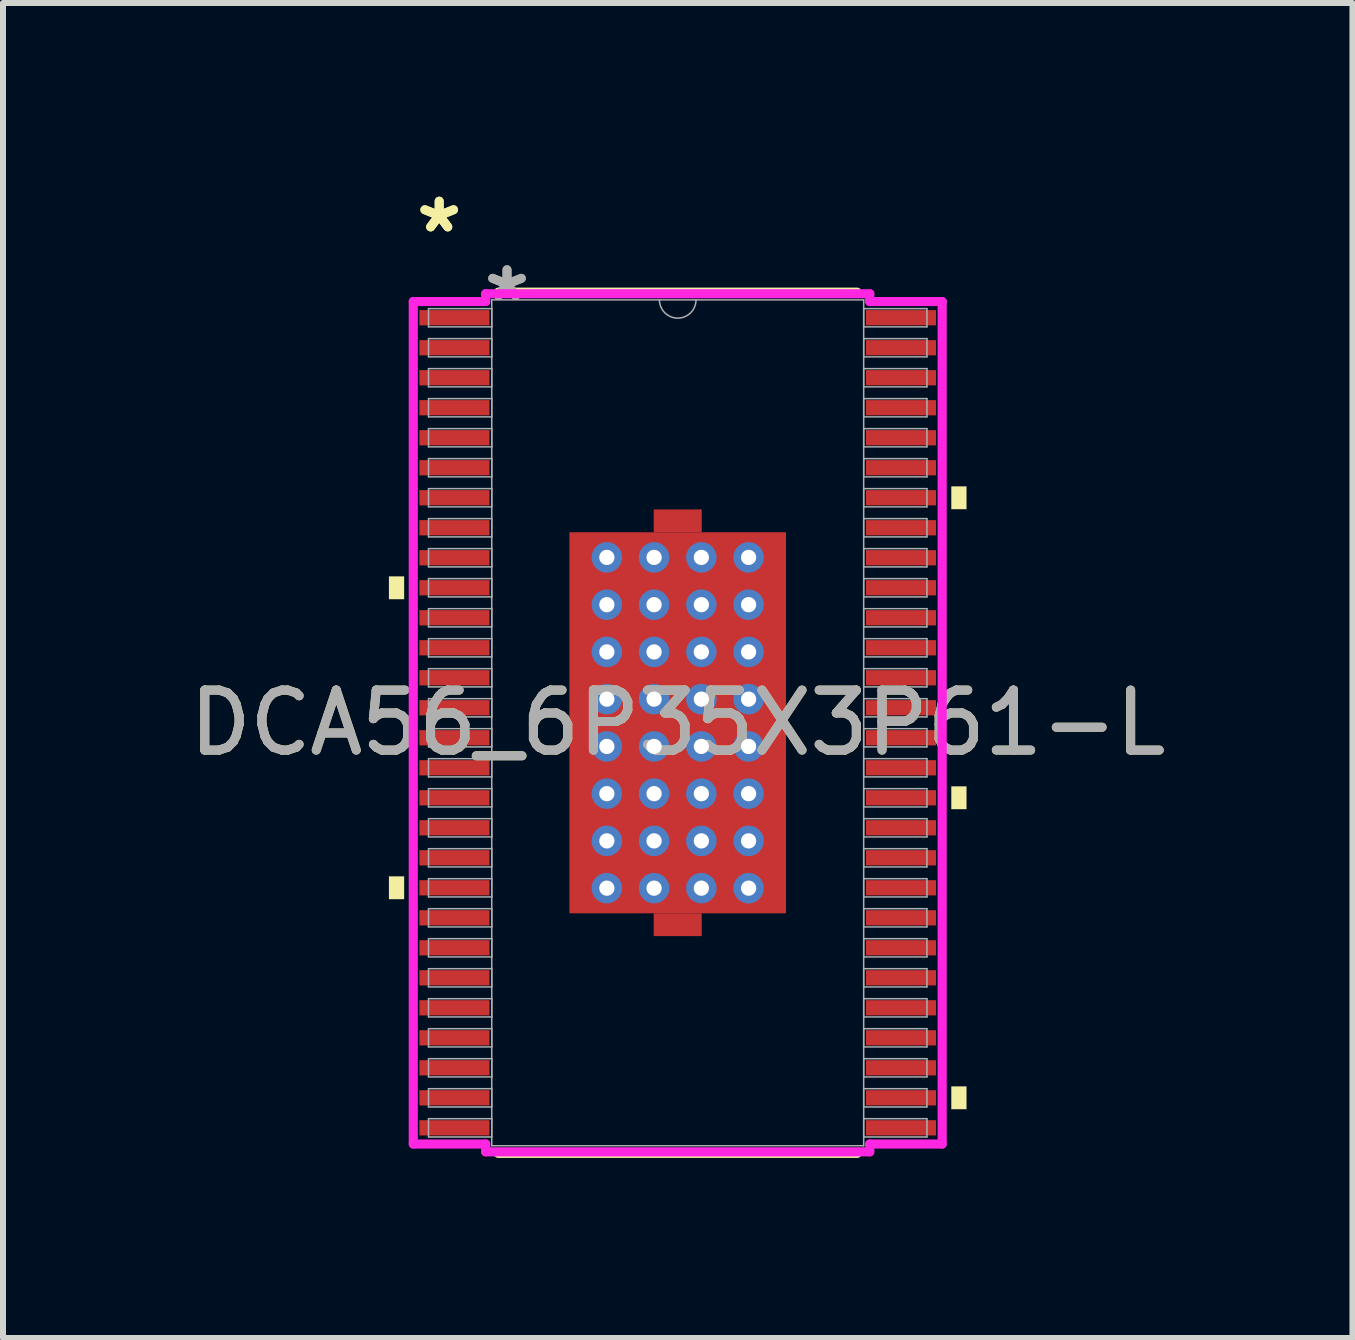
<source format=kicad_pcb>
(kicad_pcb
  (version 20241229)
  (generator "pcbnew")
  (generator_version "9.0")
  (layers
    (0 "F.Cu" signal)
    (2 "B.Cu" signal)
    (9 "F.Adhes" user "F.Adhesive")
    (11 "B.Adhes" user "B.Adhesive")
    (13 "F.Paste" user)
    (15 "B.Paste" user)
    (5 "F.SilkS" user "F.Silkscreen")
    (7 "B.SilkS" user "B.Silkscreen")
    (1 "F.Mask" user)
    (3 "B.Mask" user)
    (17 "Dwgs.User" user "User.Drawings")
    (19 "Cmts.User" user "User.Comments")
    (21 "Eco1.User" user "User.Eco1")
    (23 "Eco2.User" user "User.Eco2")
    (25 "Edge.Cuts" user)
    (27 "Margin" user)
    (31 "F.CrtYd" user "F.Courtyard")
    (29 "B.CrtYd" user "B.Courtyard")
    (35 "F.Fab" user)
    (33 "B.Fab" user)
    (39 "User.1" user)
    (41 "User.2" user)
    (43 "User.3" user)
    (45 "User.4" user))
  (footprint "DCA56_6P35X3P61-L"
    (layer "F.Cu")
    (at 8.244 8.995)
    (property "Reference" "DCA56_6P35X3P61-L" (at 0 0 0) (unlocked yes) (layer "F.SilkS") (effects (font (size 1 1) (thickness 0.15))))
    (attr smd)
    (fp_poly (pts (xy -0.4 -3.175) (xy -0.4 -3.555) (xy 0.4 -3.555) (xy 0.4 -3.175)) (stroke (width 0) (type solid)) (fill yes) (layer "F.Cu"))
    (fp_poly (pts (xy -0.4 3.175) (xy -0.4 3.555) (xy 0.4 3.555) (xy 0.4 3.175)) (stroke (width 0) (type solid)) (fill yes) (layer "F.Cu"))
    (fp_poly (pts (xy -1.869 -3.239) (xy -1.381 -3.239) (xy -1.381 3.239) (xy -1.869 3.239)) (stroke (width 0) (type solid)) (fill yes) (layer "F.Mask"))
    (fp_poly (pts (xy -1.869 -3.239) (xy 1.869 -3.239) (xy 1.869 -2.956) (xy -1.869 -2.956)) (stroke (width 0) (type solid)) (fill yes) (layer "F.Mask"))
    (fp_poly (pts (xy -1.869 -2.556) (xy 1.869 -2.556) (xy 1.869 -2.168) (xy -1.869 -2.168)) (stroke (width 0) (type solid)) (fill yes) (layer "F.Mask"))
    (fp_poly (pts (xy -1.869 -1.768) (xy 1.869 -1.768) (xy 1.869 -1.381) (xy -1.869 -1.381)) (stroke (width 0) (type solid)) (fill yes) (layer "F.Mask"))
    (fp_poly (pts (xy -1.869 -0.981) (xy 1.869 -0.981) (xy 1.869 -0.594) (xy -1.869 -0.594)) (stroke (width 0) (type solid)) (fill yes) (layer "F.Mask"))
    (fp_poly (pts (xy -1.869 -0.194) (xy 1.869 -0.194) (xy 1.869 0.194) (xy -1.869 0.194)) (stroke (width 0) (type solid)) (fill yes) (layer "F.Mask"))
    (fp_poly (pts (xy -1.869 0.594) (xy 1.869 0.594) (xy 1.869 0.981) (xy -1.869 0.981)) (stroke (width 0) (type solid)) (fill yes) (layer "F.Mask"))
    (fp_poly (pts (xy -1.869 1.381) (xy 1.869 1.381) (xy 1.869 1.768) (xy -1.869 1.768)) (stroke (width 0) (type solid)) (fill yes) (layer "F.Mask"))
    (fp_poly (pts (xy -1.869 2.168) (xy 1.869 2.168) (xy 1.869 2.556) (xy -1.869 2.556)) (stroke (width 0) (type solid)) (fill yes) (layer "F.Mask"))
    (fp_poly (pts (xy -1.869 2.956) (xy 1.869 2.956) (xy 1.869 3.239) (xy -1.869 3.239)) (stroke (width 0) (type solid)) (fill yes) (layer "F.Mask"))
    (fp_poly (pts (xy -0.594 -3.239) (xy -0.981 -3.239) (xy -0.981 3.239) (xy -0.594 3.239)) (stroke (width 0) (type solid)) (fill yes) (layer "F.Mask"))
    (fp_poly (pts (xy -0.4 -3.175) (xy -0.4 -3.555) (xy 0.4 -3.555) (xy 0.4 -3.175)) (stroke (width 0) (type solid)) (fill yes) (layer "F.Mask"))
    (fp_poly (pts (xy -0.4 3.175) (xy -0.4 3.555) (xy 0.4 3.555) (xy 0.4 3.175)) (stroke (width 0) (type solid)) (fill yes) (layer "F.Mask"))
    (fp_poly (pts (xy 0.194 -3.239) (xy -0.194 -3.239) (xy -0.194 3.239) (xy 0.194 3.239)) (stroke (width 0) (type solid)) (fill yes) (layer "F.Mask"))
    (fp_poly (pts (xy 0.981 -3.239) (xy 0.594 -3.239) (xy 0.594 3.239) (xy 0.981 3.239)) (stroke (width 0) (type solid)) (fill yes) (layer "F.Mask"))
    (fp_poly (pts (xy 1.381 -3.239) (xy 1.869 -3.239) (xy 1.869 3.239) (xy 1.381 3.239)) (stroke (width 0) (type solid)) (fill yes) (layer "F.Mask"))
    (fp_line (start -2.99 7.176) (end 2.99 7.176) (stroke (width 0.152) (type solid)) (layer "F.SilkS"))
    (fp_line (start 2.99 -7.176) (end -2.99 -7.176) (stroke (width 0.152) (type solid)) (layer "F.SilkS"))
    (fp_poly (pts (xy -4.813 -2.44) (xy -4.813 -2.059) (xy -4.559 -2.059) (xy -4.559 -2.44)) (stroke (width 0) (type solid)) (fill yes) (layer "F.SilkS"))
    (fp_poly (pts (xy -4.813 2.559) (xy -4.813 2.94) (xy -4.559 2.94) (xy -4.559 2.559)) (stroke (width 0) (type solid)) (fill yes) (layer "F.SilkS"))
    (fp_poly (pts (xy 4.813 -3.94) (xy 4.813 -3.559) (xy 4.559 -3.559) (xy 4.559 -3.94)) (stroke (width 0) (type solid)) (fill yes) (layer "F.SilkS"))
    (fp_poly (pts (xy 4.813 1.059) (xy 4.813 1.44) (xy 4.559 1.44) (xy 4.559 1.059)) (stroke (width 0) (type solid)) (fill yes) (layer "F.SilkS"))
    (fp_poly (pts (xy 4.813 6.059) (xy 4.813 6.44) (xy 4.559 6.44) (xy 4.559 6.059)) (stroke (width 0) (type solid)) (fill yes) (layer "F.SilkS"))
    (fp_poly (pts (xy -1.73 -3.1) (xy -1.73 -2.856) (xy -1.423 -2.856) (xy -1.281 -2.997) (xy -1.281 -3.1)) (stroke (width 0) (type solid)) (fill yes) (layer "F.Paste"))
    (fp_poly (pts (xy -1.73 2.856) (xy -1.73 3.1) (xy -1.281 3.1) (xy -1.281 2.997) (xy -1.423 2.856)) (stroke (width 0) (type solid)) (fill yes) (layer "F.Paste"))
    (fp_poly (pts (xy 1.281 -3.1) (xy 1.281 -2.997) (xy 1.423 -2.856) (xy 1.73 -2.856) (xy 1.73 -3.1)) (stroke (width 0) (type solid)) (fill yes) (layer "F.Paste"))
    (fp_poly (pts (xy 1.423 2.856) (xy 1.281 2.997) (xy 1.281 3.1) (xy 1.73 3.1) (xy 1.73 2.856)) (stroke (width 0) (type solid)) (fill yes) (layer "F.Paste"))
    (fp_poly (pts (xy -1.73 -2.656) (xy -1.73 -2.068) (xy -1.423 -2.068) (xy -1.281 -2.21) (xy -1.281 -2.514) (xy -1.423 -2.656)) (stroke (width 0) (type solid)) (fill yes) (layer "F.Paste"))
    (fp_poly (pts (xy -1.73 -1.869) (xy -1.73 -1.281) (xy -1.423 -1.281) (xy -1.281 -1.423) (xy -1.281 -1.727) (xy -1.423 -1.869)) (stroke (width 0) (type solid)) (fill yes) (layer "F.Paste"))
    (fp_poly (pts (xy -1.73 -1.081) (xy -1.73 -0.494) (xy -1.423 -0.494) (xy -1.281 -0.635) (xy -1.281 -0.94) (xy -1.423 -1.081)) (stroke (width 0) (type solid)) (fill yes) (layer "F.Paste"))
    (fp_poly (pts (xy -1.73 -0.294) (xy -1.73 0.294) (xy -1.423 0.294) (xy -1.281 0.152) (xy -1.281 -0.152) (xy -1.423 -0.294)) (stroke (width 0) (type solid)) (fill yes) (layer "F.Paste"))
    (fp_poly (pts (xy -1.73 0.494) (xy -1.73 1.081) (xy -1.423 1.081) (xy -1.281 0.94) (xy -1.281 0.635) (xy -1.423 0.494)) (stroke (width 0) (type solid)) (fill yes) (layer "F.Paste"))
    (fp_poly (pts (xy -1.73 1.281) (xy -1.73 1.869) (xy -1.423 1.869) (xy -1.281 1.727) (xy -1.281 1.423) (xy -1.423 1.281)) (stroke (width 0) (type solid)) (fill yes) (layer "F.Paste"))
    (fp_poly (pts (xy -1.73 2.068) (xy -1.73 2.656) (xy -1.423 2.656) (xy -1.281 2.514) (xy -1.281 2.21) (xy -1.423 2.068)) (stroke (width 0) (type solid)) (fill yes) (layer "F.Paste"))
    (fp_poly (pts (xy -1.081 -3.1) (xy -1.081 -2.997) (xy -0.94 -2.856) (xy -0.635 -2.856) (xy -0.494 -2.997) (xy -0.494 -3.1)) (stroke (width 0) (type solid)) (fill yes) (layer "F.Paste"))
    (fp_poly (pts (xy -0.94 2.856) (xy -1.081 2.997) (xy -1.081 3.1) (xy -0.494 3.1) (xy -0.494 2.997) (xy -0.635 2.856)) (stroke (width 0) (type solid)) (fill yes) (layer "F.Paste"))
    (fp_poly (pts (xy -0.294 -3.1) (xy -0.294 -2.997) (xy -0.152 -2.856) (xy 0.152 -2.856) (xy 0.294 -2.997) (xy 0.294 -3.1)) (stroke (width 0) (type solid)) (fill yes) (layer "F.Paste"))
    (fp_poly (pts (xy -0.152 2.856) (xy -0.294 2.997) (xy -0.294 3.1) (xy 0.294 3.1) (xy 0.294 2.997) (xy 0.152 2.856)) (stroke (width 0) (type solid)) (fill yes) (layer "F.Paste"))
    (fp_poly (pts (xy 0.494 -3.1) (xy 0.494 -2.997) (xy 0.635 -2.856) (xy 0.94 -2.856) (xy 1.081 -2.997) (xy 1.081 -3.1)) (stroke (width 0) (type solid)) (fill yes) (layer "F.Paste"))
    (fp_poly (pts (xy 0.635 2.856) (xy 0.494 2.997) (xy 0.494 3.1) (xy 1.081 3.1) (xy 1.081 2.997) (xy 0.94 2.856)) (stroke (width 0) (type solid)) (fill yes) (layer "F.Paste"))
    (fp_poly (pts (xy 1.423 -2.656) (xy 1.281 -2.514) (xy 1.281 -2.21) (xy 1.423 -2.068) (xy 1.73 -2.068) (xy 1.73 -2.656)) (stroke (width 0) (type solid)) (fill yes) (layer "F.Paste"))
    (fp_poly (pts (xy 1.423 -1.869) (xy 1.281 -1.727) (xy 1.281 -1.423) (xy 1.423 -1.281) (xy 1.73 -1.281) (xy 1.73 -1.869)) (stroke (width 0) (type solid)) (fill yes) (layer "F.Paste"))
    (fp_poly (pts (xy 1.423 -1.081) (xy 1.281 -0.94) (xy 1.281 -0.635) (xy 1.423 -0.494) (xy 1.73 -0.494) (xy 1.73 -1.081)) (stroke (width 0) (type solid)) (fill yes) (layer "F.Paste"))
    (fp_poly (pts (xy 1.423 -0.294) (xy 1.281 -0.152) (xy 1.281 0.152) (xy 1.423 0.294) (xy 1.73 0.294) (xy 1.73 -0.294)) (stroke (width 0) (type solid)) (fill yes) (layer "F.Paste"))
    (fp_poly (pts (xy 1.423 0.494) (xy 1.281 0.635) (xy 1.281 0.94) (xy 1.423 1.081) (xy 1.73 1.081) (xy 1.73 0.494)) (stroke (width 0) (type solid)) (fill yes) (layer "F.Paste"))
    (fp_poly (pts (xy 1.423 1.281) (xy 1.281 1.423) (xy 1.281 1.727) (xy 1.423 1.869) (xy 1.73 1.869) (xy 1.73 1.281)) (stroke (width 0) (type solid)) (fill yes) (layer "F.Paste"))
    (fp_poly (pts (xy 1.423 2.068) (xy 1.281 2.21) (xy 1.281 2.514) (xy 1.423 2.656) (xy 1.73 2.656) (xy 1.73 2.068)) (stroke (width 0) (type solid)) (fill yes) (layer "F.Paste"))
    (fp_poly (pts (xy -0.94 -2.656) (xy -1.081 -2.514) (xy -1.081 -2.21) (xy -0.94 -2.068) (xy -0.635 -2.068) (xy -0.494 -2.21) (xy -0.494 -2.514) (xy -0.635 -2.656)) (stroke (width 0) (type solid)) (fill yes) (layer "F.Paste"))
    (fp_poly (pts (xy -0.94 -1.869) (xy -1.081 -1.727) (xy -1.081 -1.423) (xy -0.94 -1.281) (xy -0.635 -1.281) (xy -0.494 -1.423) (xy -0.494 -1.727) (xy -0.635 -1.869)) (stroke (width 0) (type solid)) (fill yes) (layer "F.Paste"))
    (fp_poly (pts (xy -0.94 -1.081) (xy -1.081 -0.94) (xy -1.081 -0.635) (xy -0.94 -0.494) (xy -0.635 -0.494) (xy -0.494 -0.635) (xy -0.494 -0.94) (xy -0.635 -1.081)) (stroke (width 0) (type solid)) (fill yes) (layer "F.Paste"))
    (fp_poly (pts (xy -0.94 -0.294) (xy -1.081 -0.152) (xy -1.081 0.152) (xy -0.94 0.294) (xy -0.635 0.294) (xy -0.494 0.152) (xy -0.494 -0.152) (xy -0.635 -0.294)) (stroke (width 0) (type solid)) (fill yes) (layer "F.Paste"))
    (fp_poly (pts (xy -0.94 0.494) (xy -1.081 0.635) (xy -1.081 0.94) (xy -0.94 1.081) (xy -0.635 1.081) (xy -0.494 0.94) (xy -0.494 0.635) (xy -0.635 0.494)) (stroke (width 0) (type solid)) (fill yes) (layer "F.Paste"))
    (fp_poly (pts (xy -0.94 1.281) (xy -1.081 1.423) (xy -1.081 1.727) (xy -0.94 1.869) (xy -0.635 1.869) (xy -0.494 1.727) (xy -0.494 1.423) (xy -0.635 1.281)) (stroke (width 0) (type solid)) (fill yes) (layer "F.Paste"))
    (fp_poly (pts (xy -0.94 2.068) (xy -1.081 2.21) (xy -1.081 2.514) (xy -0.94 2.656) (xy -0.635 2.656) (xy -0.494 2.514) (xy -0.494 2.21) (xy -0.635 2.068)) (stroke (width 0) (type solid)) (fill yes) (layer "F.Paste"))
    (fp_poly (pts (xy -0.152 -2.656) (xy -0.294 -2.514) (xy -0.294 -2.21) (xy -0.152 -2.068) (xy 0.152 -2.068) (xy 0.294 -2.21) (xy 0.294 -2.514) (xy 0.152 -2.656)) (stroke (width 0) (type solid)) (fill yes) (layer "F.Paste"))
    (fp_poly (pts (xy -0.152 -1.869) (xy -0.294 -1.727) (xy -0.294 -1.423) (xy -0.152 -1.281) (xy 0.152 -1.281) (xy 0.294 -1.423) (xy 0.294 -1.727) (xy 0.152 -1.869)) (stroke (width 0) (type solid)) (fill yes) (layer "F.Paste"))
    (fp_poly (pts (xy -0.152 -1.081) (xy -0.294 -0.94) (xy -0.294 -0.635) (xy -0.152 -0.494) (xy 0.152 -0.494) (xy 0.294 -0.635) (xy 0.294 -0.94) (xy 0.152 -1.081)) (stroke (width 0) (type solid)) (fill yes) (layer "F.Paste"))
    (fp_poly (pts (xy -0.152 -0.294) (xy -0.294 -0.152) (xy -0.294 0.152) (xy -0.152 0.294) (xy 0.152 0.294) (xy 0.294 0.152) (xy 0.294 -0.152) (xy 0.152 -0.294)) (stroke (width 0) (type solid)) (fill yes) (layer "F.Paste"))
    (fp_poly (pts (xy -0.152 0.494) (xy -0.294 0.635) (xy -0.294 0.94) (xy -0.152 1.081) (xy 0.152 1.081) (xy 0.294 0.94) (xy 0.294 0.635) (xy 0.152 0.494)) (stroke (width 0) (type solid)) (fill yes) (layer "F.Paste"))
    (fp_poly (pts (xy -0.152 1.281) (xy -0.294 1.423) (xy -0.294 1.727) (xy -0.152 1.869) (xy 0.152 1.869) (xy 0.294 1.727) (xy 0.294 1.423) (xy 0.152 1.281)) (stroke (width 0) (type solid)) (fill yes) (layer "F.Paste"))
    (fp_poly (pts (xy -0.152 2.068) (xy -0.294 2.21) (xy -0.294 2.514) (xy -0.152 2.656) (xy 0.152 2.656) (xy 0.294 2.514) (xy 0.294 2.21) (xy 0.152 2.068)) (stroke (width 0) (type solid)) (fill yes) (layer "F.Paste"))
    (fp_poly (pts (xy 0.635 -2.656) (xy 0.494 -2.514) (xy 0.494 -2.21) (xy 0.635 -2.068) (xy 0.94 -2.068) (xy 1.081 -2.21) (xy 1.081 -2.514) (xy 0.94 -2.656)) (stroke (width 0) (type solid)) (fill yes) (layer "F.Paste"))
    (fp_poly (pts (xy 0.635 -1.869) (xy 0.494 -1.727) (xy 0.494 -1.423) (xy 0.635 -1.281) (xy 0.94 -1.281) (xy 1.081 -1.423) (xy 1.081 -1.727) (xy 0.94 -1.869)) (stroke (width 0) (type solid)) (fill yes) (layer "F.Paste"))
    (fp_poly (pts (xy 0.635 -1.081) (xy 0.494 -0.94) (xy 0.494 -0.635) (xy 0.635 -0.494) (xy 0.94 -0.494) (xy 1.081 -0.635) (xy 1.081 -0.94) (xy 0.94 -1.081)) (stroke (width 0) (type solid)) (fill yes) (layer "F.Paste"))
    (fp_poly (pts (xy 0.635 -0.294) (xy 0.494 -0.152) (xy 0.494 0.152) (xy 0.635 0.294) (xy 0.94 0.294) (xy 1.081 0.152) (xy 1.081 -0.152) (xy 0.94 -0.294)) (stroke (width 0) (type solid)) (fill yes) (layer "F.Paste"))
    (fp_poly (pts (xy 0.635 0.494) (xy 0.494 0.635) (xy 0.494 0.94) (xy 0.635 1.081) (xy 0.94 1.081) (xy 1.081 0.94) (xy 1.081 0.635) (xy 0.94 0.494)) (stroke (width 0) (type solid)) (fill yes) (layer "F.Paste"))
    (fp_poly (pts (xy 0.635 1.281) (xy 0.494 1.423) (xy 0.494 1.727) (xy 0.635 1.869) (xy 0.94 1.869) (xy 1.081 1.727) (xy 1.081 1.423) (xy 0.94 1.281)) (stroke (width 0) (type solid)) (fill yes) (layer "F.Paste"))
    (fp_poly (pts (xy 0.635 2.068) (xy 0.494 2.21) (xy 0.494 2.514) (xy 0.635 2.656) (xy 0.94 2.656) (xy 1.081 2.514) (xy 1.081 2.21) (xy 0.94 2.068)) (stroke (width 0) (type solid)) (fill yes) (layer "F.Paste"))
    (fp_line (start -4.407 -7.02) (end -3.2 -7.02) (stroke (width 0.152) (type solid)) (layer "F.CrtYd"))
    (fp_line (start -4.407 7.02) (end -4.407 -7.02) (stroke (width 0.152) (type solid)) (layer "F.CrtYd"))
    (fp_line (start -4.407 7.02) (end -3.2 7.02) (stroke (width 0.152) (type solid)) (layer "F.CrtYd"))
    (fp_line (start -3.2 -7.15) (end 3.2 -7.15) (stroke (width 0.152) (type solid)) (layer "F.CrtYd"))
    (fp_line (start -3.2 -7.02) (end -3.2 -7.15) (stroke (width 0.152) (type solid)) (layer "F.CrtYd"))
    (fp_line (start -3.2 7.15) (end -3.2 7.02) (stroke (width 0.152) (type solid)) (layer "F.CrtYd"))
    (fp_line (start 3.2 -7.15) (end 3.2 -7.02) (stroke (width 0.152) (type solid)) (layer "F.CrtYd"))
    (fp_line (start 3.2 7.02) (end 3.2 7.15) (stroke (width 0.152) (type solid)) (layer "F.CrtYd"))
    (fp_line (start 3.2 7.15) (end -3.2 7.15) (stroke (width 0.152) (type solid)) (layer "F.CrtYd"))
    (fp_line (start 4.407 -7.02) (end 3.2 -7.02) (stroke (width 0.152) (type solid)) (layer "F.CrtYd"))
    (fp_line (start 4.407 -7.02) (end 4.407 7.02) (stroke (width 0.152) (type solid)) (layer "F.CrtYd"))
    (fp_line (start 4.407 7.02) (end 3.2 7.02) (stroke (width 0.152) (type solid)) (layer "F.CrtYd"))
    (fp_line (start -4.153 -6.902) (end -4.153 -6.598) (stroke (width 0.025) (type solid)) (layer "F.Fab"))
    (fp_line (start -4.153 -6.598) (end -3.099 -6.598) (stroke (width 0.025) (type solid)) (layer "F.Fab"))
    (fp_line (start -4.153 -6.402) (end -4.153 -6.098) (stroke (width 0.025) (type solid)) (layer "F.Fab"))
    (fp_line (start -4.153 -6.098) (end -3.099 -6.098) (stroke (width 0.025) (type solid)) (layer "F.Fab"))
    (fp_line (start -4.153 -5.902) (end -4.153 -5.598) (stroke (width 0.025) (type solid)) (layer "F.Fab"))
    (fp_line (start -4.153 -5.598) (end -3.099 -5.598) (stroke (width 0.025) (type solid)) (layer "F.Fab"))
    (fp_line (start -4.153 -5.402) (end -4.153 -5.098) (stroke (width 0.025) (type solid)) (layer "F.Fab"))
    (fp_line (start -4.153 -5.098) (end -3.099 -5.098) (stroke (width 0.025) (type solid)) (layer "F.Fab"))
    (fp_line (start -4.153 -4.902) (end -4.153 -4.598) (stroke (width 0.025) (type solid)) (layer "F.Fab"))
    (fp_line (start -4.153 -4.598) (end -3.099 -4.598) (stroke (width 0.025) (type solid)) (layer "F.Fab"))
    (fp_line (start -4.153 -4.402) (end -4.153 -4.098) (stroke (width 0.025) (type solid)) (layer "F.Fab"))
    (fp_line (start -4.153 -4.098) (end -3.099 -4.098) (stroke (width 0.025) (type solid)) (layer "F.Fab"))
    (fp_line (start -4.153 -3.902) (end -4.153 -3.598) (stroke (width 0.025) (type solid)) (layer "F.Fab"))
    (fp_line (start -4.153 -3.598) (end -3.099 -3.598) (stroke (width 0.025) (type solid)) (layer "F.Fab"))
    (fp_line (start -4.153 -3.402) (end -4.153 -3.098) (stroke (width 0.025) (type solid)) (layer "F.Fab"))
    (fp_line (start -4.153 -3.098) (end -3.099 -3.098) (stroke (width 0.025) (type solid)) (layer "F.Fab"))
    (fp_line (start -4.153 -2.902) (end -4.153 -2.598) (stroke (width 0.025) (type solid)) (layer "F.Fab"))
    (fp_line (start -4.153 -2.598) (end -3.099 -2.598) (stroke (width 0.025) (type solid)) (layer "F.Fab"))
    (fp_line (start -4.153 -2.402) (end -4.153 -2.098) (stroke (width 0.025) (type solid)) (layer "F.Fab"))
    (fp_line (start -4.153 -2.098) (end -3.099 -2.098) (stroke (width 0.025) (type solid)) (layer "F.Fab"))
    (fp_line (start -4.153 -1.902) (end -4.153 -1.598) (stroke (width 0.025) (type solid)) (layer "F.Fab"))
    (fp_line (start -4.153 -1.598) (end -3.099 -1.598) (stroke (width 0.025) (type solid)) (layer "F.Fab"))
    (fp_line (start -4.153 -1.402) (end -4.153 -1.098) (stroke (width 0.025) (type solid)) (layer "F.Fab"))
    (fp_line (start -4.153 -1.098) (end -3.099 -1.098) (stroke (width 0.025) (type solid)) (layer "F.Fab"))
    (fp_line (start -4.153 -0.902) (end -4.153 -0.598) (stroke (width 0.025) (type solid)) (layer "F.Fab"))
    (fp_line (start -4.153 -0.598) (end -3.099 -0.598) (stroke (width 0.025) (type solid)) (layer "F.Fab"))
    (fp_line (start -4.153 -0.402) (end -4.153 -0.098) (stroke (width 0.025) (type solid)) (layer "F.Fab"))
    (fp_line (start -4.153 -0.098) (end -3.099 -0.098) (stroke (width 0.025) (type solid)) (layer "F.Fab"))
    (fp_line (start -4.153 0.098) (end -4.153 0.402) (stroke (width 0.025) (type solid)) (layer "F.Fab"))
    (fp_line (start -4.153 0.402) (end -3.099 0.402) (stroke (width 0.025) (type solid)) (layer "F.Fab"))
    (fp_line (start -4.153 0.598) (end -4.153 0.902) (stroke (width 0.025) (type solid)) (layer "F.Fab"))
    (fp_line (start -4.153 0.902) (end -3.099 0.902) (stroke (width 0.025) (type solid)) (layer "F.Fab"))
    (fp_line (start -4.153 1.098) (end -4.153 1.402) (stroke (width 0.025) (type solid)) (layer "F.Fab"))
    (fp_line (start -4.153 1.402) (end -3.099 1.402) (stroke (width 0.025) (type solid)) (layer "F.Fab"))
    (fp_line (start -4.153 1.598) (end -4.153 1.902) (stroke (width 0.025) (type solid)) (layer "F.Fab"))
    (fp_line (start -4.153 1.902) (end -3.099 1.902) (stroke (width 0.025) (type solid)) (layer "F.Fab"))
    (fp_line (start -4.153 2.098) (end -4.153 2.402) (stroke (width 0.025) (type solid)) (layer "F.Fab"))
    (fp_line (start -4.153 2.402) (end -3.099 2.402) (stroke (width 0.025) (type solid)) (layer "F.Fab"))
    (fp_line (start -4.153 2.598) (end -4.153 2.902) (stroke (width 0.025) (type solid)) (layer "F.Fab"))
    (fp_line (start -4.153 2.902) (end -3.099 2.902) (stroke (width 0.025) (type solid)) (layer "F.Fab"))
    (fp_line (start -4.153 3.098) (end -4.153 3.402) (stroke (width 0.025) (type solid)) (layer "F.Fab"))
    (fp_line (start -4.153 3.402) (end -3.099 3.402) (stroke (width 0.025) (type solid)) (layer "F.Fab"))
    (fp_line (start -4.153 3.598) (end -4.153 3.902) (stroke (width 0.025) (type solid)) (layer "F.Fab"))
    (fp_line (start -4.153 3.902) (end -3.099 3.902) (stroke (width 0.025) (type solid)) (layer "F.Fab"))
    (fp_line (start -4.153 4.098) (end -4.153 4.402) (stroke (width 0.025) (type solid)) (layer "F.Fab"))
    (fp_line (start -4.153 4.402) (end -3.099 4.402) (stroke (width 0.025) (type solid)) (layer "F.Fab"))
    (fp_line (start -4.153 4.598) (end -4.153 4.902) (stroke (width 0.025) (type solid)) (layer "F.Fab"))
    (fp_line (start -4.153 4.902) (end -3.099 4.902) (stroke (width 0.025) (type solid)) (layer "F.Fab"))
    (fp_line (start -4.153 5.098) (end -4.153 5.402) (stroke (width 0.025) (type solid)) (layer "F.Fab"))
    (fp_line (start -4.153 5.402) (end -3.099 5.402) (stroke (width 0.025) (type solid)) (layer "F.Fab"))
    (fp_line (start -4.153 5.598) (end -4.153 5.902) (stroke (width 0.025) (type solid)) (layer "F.Fab"))
    (fp_line (start -4.153 5.902) (end -3.099 5.902) (stroke (width 0.025) (type solid)) (layer "F.Fab"))
    (fp_line (start -4.153 6.098) (end -4.153 6.402) (stroke (width 0.025) (type solid)) (layer "F.Fab"))
    (fp_line (start -4.153 6.402) (end -3.099 6.402) (stroke (width 0.025) (type solid)) (layer "F.Fab"))
    (fp_line (start -4.153 6.598) (end -4.153 6.902) (stroke (width 0.025) (type solid)) (layer "F.Fab"))
    (fp_line (start -4.153 6.902) (end -3.099 6.902) (stroke (width 0.025) (type solid)) (layer "F.Fab"))
    (fp_line (start -3.099 -7.048) (end -3.099 7.048) (stroke (width 0.025) (type solid)) (layer "F.Fab"))
    (fp_line (start -3.099 -6.902) (end -4.153 -6.902) (stroke (width 0.025) (type solid)) (layer "F.Fab"))
    (fp_line (start -3.099 -6.598) (end -3.099 -6.902) (stroke (width 0.025) (type solid)) (layer "F.Fab"))
    (fp_line (start -3.099 -6.402) (end -4.153 -6.402) (stroke (width 0.025) (type solid)) (layer "F.Fab"))
    (fp_line (start -3.099 -6.098) (end -3.099 -6.402) (stroke (width 0.025) (type solid)) (layer "F.Fab"))
    (fp_line (start -3.099 -5.902) (end -4.153 -5.902) (stroke (width 0.025) (type solid)) (layer "F.Fab"))
    (fp_line (start -3.099 -5.598) (end -3.099 -5.902) (stroke (width 0.025) (type solid)) (layer "F.Fab"))
    (fp_line (start -3.099 -5.402) (end -4.153 -5.402) (stroke (width 0.025) (type solid)) (layer "F.Fab"))
    (fp_line (start -3.099 -5.098) (end -3.099 -5.402) (stroke (width 0.025) (type solid)) (layer "F.Fab"))
    (fp_line (start -3.099 -4.902) (end -4.153 -4.902) (stroke (width 0.025) (type solid)) (layer "F.Fab"))
    (fp_line (start -3.099 -4.598) (end -3.099 -4.902) (stroke (width 0.025) (type solid)) (layer "F.Fab"))
    (fp_line (start -3.099 -4.402) (end -4.153 -4.402) (stroke (width 0.025) (type solid)) (layer "F.Fab"))
    (fp_line (start -3.099 -4.098) (end -3.099 -4.402) (stroke (width 0.025) (type solid)) (layer "F.Fab"))
    (fp_line (start -3.099 -3.902) (end -4.153 -3.902) (stroke (width 0.025) (type solid)) (layer "F.Fab"))
    (fp_line (start -3.099 -3.598) (end -3.099 -3.902) (stroke (width 0.025) (type solid)) (layer "F.Fab"))
    (fp_line (start -3.099 -3.402) (end -4.153 -3.402) (stroke (width 0.025) (type solid)) (layer "F.Fab"))
    (fp_line (start -3.099 -3.098) (end -3.099 -3.402) (stroke (width 0.025) (type solid)) (layer "F.Fab"))
    (fp_line (start -3.099 -2.902) (end -4.153 -2.902) (stroke (width 0.025) (type solid)) (layer "F.Fab"))
    (fp_line (start -3.099 -2.598) (end -3.099 -2.902) (stroke (width 0.025) (type solid)) (layer "F.Fab"))
    (fp_line (start -3.099 -2.402) (end -4.153 -2.402) (stroke (width 0.025) (type solid)) (layer "F.Fab"))
    (fp_line (start -3.099 -2.098) (end -3.099 -2.402) (stroke (width 0.025) (type solid)) (layer "F.Fab"))
    (fp_line (start -3.099 -1.902) (end -4.153 -1.902) (stroke (width 0.025) (type solid)) (layer "F.Fab"))
    (fp_line (start -3.099 -1.598) (end -3.099 -1.902) (stroke (width 0.025) (type solid)) (layer "F.Fab"))
    (fp_line (start -3.099 -1.402) (end -4.153 -1.402) (stroke (width 0.025) (type solid)) (layer "F.Fab"))
    (fp_line (start -3.099 -1.098) (end -3.099 -1.402) (stroke (width 0.025) (type solid)) (layer "F.Fab"))
    (fp_line (start -3.099 -0.902) (end -4.153 -0.902) (stroke (width 0.025) (type solid)) (layer "F.Fab"))
    (fp_line (start -3.099 -0.598) (end -3.099 -0.902) (stroke (width 0.025) (type solid)) (layer "F.Fab"))
    (fp_line (start -3.099 -0.402) (end -4.153 -0.402) (stroke (width 0.025) (type solid)) (layer "F.Fab"))
    (fp_line (start -3.099 -0.098) (end -3.099 -0.402) (stroke (width 0.025) (type solid)) (layer "F.Fab"))
    (fp_line (start -3.099 0.098) (end -4.153 0.098) (stroke (width 0.025) (type solid)) (layer "F.Fab"))
    (fp_line (start -3.099 0.402) (end -3.099 0.098) (stroke (width 0.025) (type solid)) (layer "F.Fab"))
    (fp_line (start -3.099 0.598) (end -4.153 0.598) (stroke (width 0.025) (type solid)) (layer "F.Fab"))
    (fp_line (start -3.099 0.902) (end -3.099 0.598) (stroke (width 0.025) (type solid)) (layer "F.Fab"))
    (fp_line (start -3.099 1.098) (end -4.153 1.098) (stroke (width 0.025) (type solid)) (layer "F.Fab"))
    (fp_line (start -3.099 1.402) (end -3.099 1.098) (stroke (width 0.025) (type solid)) (layer "F.Fab"))
    (fp_line (start -3.099 1.598) (end -4.153 1.598) (stroke (width 0.025) (type solid)) (layer "F.Fab"))
    (fp_line (start -3.099 1.902) (end -3.099 1.598) (stroke (width 0.025) (type solid)) (layer "F.Fab"))
    (fp_line (start -3.099 2.098) (end -4.153 2.098) (stroke (width 0.025) (type solid)) (layer "F.Fab"))
    (fp_line (start -3.099 2.402) (end -3.099 2.098) (stroke (width 0.025) (type solid)) (layer "F.Fab"))
    (fp_line (start -3.099 2.598) (end -4.153 2.598) (stroke (width 0.025) (type solid)) (layer "F.Fab"))
    (fp_line (start -3.099 2.902) (end -3.099 2.598) (stroke (width 0.025) (type solid)) (layer "F.Fab"))
    (fp_line (start -3.099 3.098) (end -4.153 3.098) (stroke (width 0.025) (type solid)) (layer "F.Fab"))
    (fp_line (start -3.099 3.402) (end -3.099 3.098) (stroke (width 0.025) (type solid)) (layer "F.Fab"))
    (fp_line (start -3.099 3.598) (end -4.153 3.598) (stroke (width 0.025) (type solid)) (layer "F.Fab"))
    (fp_line (start -3.099 3.902) (end -3.099 3.598) (stroke (width 0.025) (type solid)) (layer "F.Fab"))
    (fp_line (start -3.099 4.098) (end -4.153 4.098) (stroke (width 0.025) (type solid)) (layer "F.Fab"))
    (fp_line (start -3.099 4.402) (end -3.099 4.098) (stroke (width 0.025) (type solid)) (layer "F.Fab"))
    (fp_line (start -3.099 4.598) (end -4.153 4.598) (stroke (width 0.025) (type solid)) (layer "F.Fab"))
    (fp_line (start -3.099 4.902) (end -3.099 4.598) (stroke (width 0.025) (type solid)) (layer "F.Fab"))
    (fp_line (start -3.099 5.098) (end -4.153 5.098) (stroke (width 0.025) (type solid)) (layer "F.Fab"))
    (fp_line (start -3.099 5.402) (end -3.099 5.098) (stroke (width 0.025) (type solid)) (layer "F.Fab"))
    (fp_line (start -3.099 5.598) (end -4.153 5.598) (stroke (width 0.025) (type solid)) (layer "F.Fab"))
    (fp_line (start -3.099 5.902) (end -3.099 5.598) (stroke (width 0.025) (type solid)) (layer "F.Fab"))
    (fp_line (start -3.099 6.098) (end -4.153 6.098) (stroke (width 0.025) (type solid)) (layer "F.Fab"))
    (fp_line (start -3.099 6.402) (end -3.099 6.098) (stroke (width 0.025) (type solid)) (layer "F.Fab"))
    (fp_line (start -3.099 6.598) (end -4.153 6.598) (stroke (width 0.025) (type solid)) (layer "F.Fab"))
    (fp_line (start -3.099 6.902) (end -3.099 6.598) (stroke (width 0.025) (type solid)) (layer "F.Fab"))
    (fp_line (start -3.099 7.048) (end 3.099 7.048) (stroke (width 0.025) (type solid)) (layer "F.Fab"))
    (fp_line (start 3.099 -7.048) (end -3.099 -7.048) (stroke (width 0.025) (type solid)) (layer "F.Fab"))
    (fp_line (start 3.099 -6.902) (end 3.099 -6.598) (stroke (width 0.025) (type solid)) (layer "F.Fab"))
    (fp_line (start 3.099 -6.598) (end 4.153 -6.598) (stroke (width 0.025) (type solid)) (layer "F.Fab"))
    (fp_line (start 3.099 -6.402) (end 3.099 -6.098) (stroke (width 0.025) (type solid)) (layer "F.Fab"))
    (fp_line (start 3.099 -6.098) (end 4.153 -6.098) (stroke (width 0.025) (type solid)) (layer "F.Fab"))
    (fp_line (start 3.099 -5.902) (end 3.099 -5.598) (stroke (width 0.025) (type solid)) (layer "F.Fab"))
    (fp_line (start 3.099 -5.598) (end 4.153 -5.598) (stroke (width 0.025) (type solid)) (layer "F.Fab"))
    (fp_line (start 3.099 -5.402) (end 3.099 -5.098) (stroke (width 0.025) (type solid)) (layer "F.Fab"))
    (fp_line (start 3.099 -5.098) (end 4.153 -5.098) (stroke (width 0.025) (type solid)) (layer "F.Fab"))
    (fp_line (start 3.099 -4.902) (end 3.099 -4.598) (stroke (width 0.025) (type solid)) (layer "F.Fab"))
    (fp_line (start 3.099 -4.598) (end 4.153 -4.598) (stroke (width 0.025) (type solid)) (layer "F.Fab"))
    (fp_line (start 3.099 -4.402) (end 3.099 -4.098) (stroke (width 0.025) (type solid)) (layer "F.Fab"))
    (fp_line (start 3.099 -4.098) (end 4.153 -4.098) (stroke (width 0.025) (type solid)) (layer "F.Fab"))
    (fp_line (start 3.099 -3.902) (end 3.099 -3.598) (stroke (width 0.025) (type solid)) (layer "F.Fab"))
    (fp_line (start 3.099 -3.598) (end 4.153 -3.598) (stroke (width 0.025) (type solid)) (layer "F.Fab"))
    (fp_line (start 3.099 -3.402) (end 3.099 -3.098) (stroke (width 0.025) (type solid)) (layer "F.Fab"))
    (fp_line (start 3.099 -3.098) (end 4.153 -3.098) (stroke (width 0.025) (type solid)) (layer "F.Fab"))
    (fp_line (start 3.099 -2.902) (end 3.099 -2.598) (stroke (width 0.025) (type solid)) (layer "F.Fab"))
    (fp_line (start 3.099 -2.598) (end 4.153 -2.598) (stroke (width 0.025) (type solid)) (layer "F.Fab"))
    (fp_line (start 3.099 -2.402) (end 3.099 -2.098) (stroke (width 0.025) (type solid)) (layer "F.Fab"))
    (fp_line (start 3.099 -2.098) (end 4.153 -2.098) (stroke (width 0.025) (type solid)) (layer "F.Fab"))
    (fp_line (start 3.099 -1.902) (end 3.099 -1.598) (stroke (width 0.025) (type solid)) (layer "F.Fab"))
    (fp_line (start 3.099 -1.598) (end 4.153 -1.598) (stroke (width 0.025) (type solid)) (layer "F.Fab"))
    (fp_line (start 3.099 -1.402) (end 3.099 -1.098) (stroke (width 0.025) (type solid)) (layer "F.Fab"))
    (fp_line (start 3.099 -1.098) (end 4.153 -1.098) (stroke (width 0.025) (type solid)) (layer "F.Fab"))
    (fp_line (start 3.099 -0.902) (end 3.099 -0.598) (stroke (width 0.025) (type solid)) (layer "F.Fab"))
    (fp_line (start 3.099 -0.598) (end 4.153 -0.598) (stroke (width 0.025) (type solid)) (layer "F.Fab"))
    (fp_line (start 3.099 -0.402) (end 3.099 -0.098) (stroke (width 0.025) (type solid)) (layer "F.Fab"))
    (fp_line (start 3.099 -0.098) (end 4.153 -0.098) (stroke (width 0.025) (type solid)) (layer "F.Fab"))
    (fp_line (start 3.099 0.098) (end 3.099 0.402) (stroke (width 0.025) (type solid)) (layer "F.Fab"))
    (fp_line (start 3.099 0.402) (end 4.153 0.402) (stroke (width 0.025) (type solid)) (layer "F.Fab"))
    (fp_line (start 3.099 0.598) (end 3.099 0.902) (stroke (width 0.025) (type solid)) (layer "F.Fab"))
    (fp_line (start 3.099 0.902) (end 4.153 0.902) (stroke (width 0.025) (type solid)) (layer "F.Fab"))
    (fp_line (start 3.099 1.098) (end 3.099 1.402) (stroke (width 0.025) (type solid)) (layer "F.Fab"))
    (fp_line (start 3.099 1.402) (end 4.153 1.402) (stroke (width 0.025) (type solid)) (layer "F.Fab"))
    (fp_line (start 3.099 1.598) (end 3.099 1.902) (stroke (width 0.025) (type solid)) (layer "F.Fab"))
    (fp_line (start 3.099 1.902) (end 4.153 1.902) (stroke (width 0.025) (type solid)) (layer "F.Fab"))
    (fp_line (start 3.099 2.098) (end 3.099 2.402) (stroke (width 0.025) (type solid)) (layer "F.Fab"))
    (fp_line (start 3.099 2.402) (end 4.153 2.402) (stroke (width 0.025) (type solid)) (layer "F.Fab"))
    (fp_line (start 3.099 2.598) (end 3.099 2.902) (stroke (width 0.025) (type solid)) (layer "F.Fab"))
    (fp_line (start 3.099 2.902) (end 4.153 2.902) (stroke (width 0.025) (type solid)) (layer "F.Fab"))
    (fp_line (start 3.099 3.098) (end 3.099 3.402) (stroke (width 0.025) (type solid)) (layer "F.Fab"))
    (fp_line (start 3.099 3.402) (end 4.153 3.402) (stroke (width 0.025) (type solid)) (layer "F.Fab"))
    (fp_line (start 3.099 3.598) (end 3.099 3.902) (stroke (width 0.025) (type solid)) (layer "F.Fab"))
    (fp_line (start 3.099 3.902) (end 4.153 3.902) (stroke (width 0.025) (type solid)) (layer "F.Fab"))
    (fp_line (start 3.099 4.098) (end 3.099 4.402) (stroke (width 0.025) (type solid)) (layer "F.Fab"))
    (fp_line (start 3.099 4.402) (end 4.153 4.402) (stroke (width 0.025) (type solid)) (layer "F.Fab"))
    (fp_line (start 3.099 4.598) (end 3.099 4.902) (stroke (width 0.025) (type solid)) (layer "F.Fab"))
    (fp_line (start 3.099 4.902) (end 4.153 4.902) (stroke (width 0.025) (type solid)) (layer "F.Fab"))
    (fp_line (start 3.099 5.098) (end 3.099 5.402) (stroke (width 0.025) (type solid)) (layer "F.Fab"))
    (fp_line (start 3.099 5.402) (end 4.153 5.402) (stroke (width 0.025) (type solid)) (layer "F.Fab"))
    (fp_line (start 3.099 5.598) (end 3.099 5.902) (stroke (width 0.025) (type solid)) (layer "F.Fab"))
    (fp_line (start 3.099 5.902) (end 4.153 5.902) (stroke (width 0.025) (type solid)) (layer "F.Fab"))
    (fp_line (start 3.099 6.098) (end 3.099 6.402) (stroke (width 0.025) (type solid)) (layer "F.Fab"))
    (fp_line (start 3.099 6.402) (end 4.153 6.402) (stroke (width 0.025) (type solid)) (layer "F.Fab"))
    (fp_line (start 3.099 6.598) (end 3.099 6.902) (stroke (width 0.025) (type solid)) (layer "F.Fab"))
    (fp_line (start 3.099 6.902) (end 4.153 6.902) (stroke (width 0.025) (type solid)) (layer "F.Fab"))
    (fp_line (start 3.099 7.048) (end 3.099 -7.048) (stroke (width 0.025) (type solid)) (layer "F.Fab"))
    (fp_line (start 4.153 -6.902) (end 3.099 -6.902) (stroke (width 0.025) (type solid)) (layer "F.Fab"))
    (fp_line (start 4.153 -6.598) (end 4.153 -6.902) (stroke (width 0.025) (type solid)) (layer "F.Fab"))
    (fp_line (start 4.153 -6.402) (end 3.099 -6.402) (stroke (width 0.025) (type solid)) (layer "F.Fab"))
    (fp_line (start 4.153 -6.098) (end 4.153 -6.402) (stroke (width 0.025) (type solid)) (layer "F.Fab"))
    (fp_line (start 4.153 -5.902) (end 3.099 -5.902) (stroke (width 0.025) (type solid)) (layer "F.Fab"))
    (fp_line (start 4.153 -5.598) (end 4.153 -5.902) (stroke (width 0.025) (type solid)) (layer "F.Fab"))
    (fp_line (start 4.153 -5.402) (end 3.099 -5.402) (stroke (width 0.025) (type solid)) (layer "F.Fab"))
    (fp_line (start 4.153 -5.098) (end 4.153 -5.402) (stroke (width 0.025) (type solid)) (layer "F.Fab"))
    (fp_line (start 4.153 -4.902) (end 3.099 -4.902) (stroke (width 0.025) (type solid)) (layer "F.Fab"))
    (fp_line (start 4.153 -4.598) (end 4.153 -4.902) (stroke (width 0.025) (type solid)) (layer "F.Fab"))
    (fp_line (start 4.153 -4.402) (end 3.099 -4.402) (stroke (width 0.025) (type solid)) (layer "F.Fab"))
    (fp_line (start 4.153 -4.098) (end 4.153 -4.402) (stroke (width 0.025) (type solid)) (layer "F.Fab"))
    (fp_line (start 4.153 -3.902) (end 3.099 -3.902) (stroke (width 0.025) (type solid)) (layer "F.Fab"))
    (fp_line (start 4.153 -3.598) (end 4.153 -3.902) (stroke (width 0.025) (type solid)) (layer "F.Fab"))
    (fp_line (start 4.153 -3.402) (end 3.099 -3.402) (stroke (width 0.025) (type solid)) (layer "F.Fab"))
    (fp_line (start 4.153 -3.098) (end 4.153 -3.402) (stroke (width 0.025) (type solid)) (layer "F.Fab"))
    (fp_line (start 4.153 -2.902) (end 3.099 -2.902) (stroke (width 0.025) (type solid)) (layer "F.Fab"))
    (fp_line (start 4.153 -2.598) (end 4.153 -2.902) (stroke (width 0.025) (type solid)) (layer "F.Fab"))
    (fp_line (start 4.153 -2.402) (end 3.099 -2.402) (stroke (width 0.025) (type solid)) (layer "F.Fab"))
    (fp_line (start 4.153 -2.098) (end 4.153 -2.402) (stroke (width 0.025) (type solid)) (layer "F.Fab"))
    (fp_line (start 4.153 -1.902) (end 3.099 -1.902) (stroke (width 0.025) (type solid)) (layer "F.Fab"))
    (fp_line (start 4.153 -1.598) (end 4.153 -1.902) (stroke (width 0.025) (type solid)) (layer "F.Fab"))
    (fp_line (start 4.153 -1.402) (end 3.099 -1.402) (stroke (width 0.025) (type solid)) (layer "F.Fab"))
    (fp_line (start 4.153 -1.098) (end 4.153 -1.402) (stroke (width 0.025) (type solid)) (layer "F.Fab"))
    (fp_line (start 4.153 -0.902) (end 3.099 -0.902) (stroke (width 0.025) (type solid)) (layer "F.Fab"))
    (fp_line (start 4.153 -0.598) (end 4.153 -0.902) (stroke (width 0.025) (type solid)) (layer "F.Fab"))
    (fp_line (start 4.153 -0.402) (end 3.099 -0.402) (stroke (width 0.025) (type solid)) (layer "F.Fab"))
    (fp_line (start 4.153 -0.098) (end 4.153 -0.402) (stroke (width 0.025) (type solid)) (layer "F.Fab"))
    (fp_line (start 4.153 0.098) (end 3.099 0.098) (stroke (width 0.025) (type solid)) (layer "F.Fab"))
    (fp_line (start 4.153 0.402) (end 4.153 0.098) (stroke (width 0.025) (type solid)) (layer "F.Fab"))
    (fp_line (start 4.153 0.598) (end 3.099 0.598) (stroke (width 0.025) (type solid)) (layer "F.Fab"))
    (fp_line (start 4.153 0.902) (end 4.153 0.598) (stroke (width 0.025) (type solid)) (layer "F.Fab"))
    (fp_line (start 4.153 1.098) (end 3.099 1.098) (stroke (width 0.025) (type solid)) (layer "F.Fab"))
    (fp_line (start 4.153 1.402) (end 4.153 1.098) (stroke (width 0.025) (type solid)) (layer "F.Fab"))
    (fp_line (start 4.153 1.598) (end 3.099 1.598) (stroke (width 0.025) (type solid)) (layer "F.Fab"))
    (fp_line (start 4.153 1.902) (end 4.153 1.598) (stroke (width 0.025) (type solid)) (layer "F.Fab"))
    (fp_line (start 4.153 2.098) (end 3.099 2.098) (stroke (width 0.025) (type solid)) (layer "F.Fab"))
    (fp_line (start 4.153 2.402) (end 4.153 2.098) (stroke (width 0.025) (type solid)) (layer "F.Fab"))
    (fp_line (start 4.153 2.598) (end 3.099 2.598) (stroke (width 0.025) (type solid)) (layer "F.Fab"))
    (fp_line (start 4.153 2.902) (end 4.153 2.598) (stroke (width 0.025) (type solid)) (layer "F.Fab"))
    (fp_line (start 4.153 3.098) (end 3.099 3.098) (stroke (width 0.025) (type solid)) (layer "F.Fab"))
    (fp_line (start 4.153 3.402) (end 4.153 3.098) (stroke (width 0.025) (type solid)) (layer "F.Fab"))
    (fp_line (start 4.153 3.598) (end 3.099 3.598) (stroke (width 0.025) (type solid)) (layer "F.Fab"))
    (fp_line (start 4.153 3.902) (end 4.153 3.598) (stroke (width 0.025) (type solid)) (layer "F.Fab"))
    (fp_line (start 4.153 4.098) (end 3.099 4.098) (stroke (width 0.025) (type solid)) (layer "F.Fab"))
    (fp_line (start 4.153 4.402) (end 4.153 4.098) (stroke (width 0.025) (type solid)) (layer "F.Fab"))
    (fp_line (start 4.153 4.598) (end 3.099 4.598) (stroke (width 0.025) (type solid)) (layer "F.Fab"))
    (fp_line (start 4.153 4.902) (end 4.153 4.598) (stroke (width 0.025) (type solid)) (layer "F.Fab"))
    (fp_line (start 4.153 5.098) (end 3.099 5.098) (stroke (width 0.025) (type solid)) (layer "F.Fab"))
    (fp_line (start 4.153 5.402) (end 4.153 5.098) (stroke (width 0.025) (type solid)) (layer "F.Fab"))
    (fp_line (start 4.153 5.598) (end 3.099 5.598) (stroke (width 0.025) (type solid)) (layer "F.Fab"))
    (fp_line (start 4.153 5.902) (end 4.153 5.598) (stroke (width 0.025) (type solid)) (layer "F.Fab"))
    (fp_line (start 4.153 6.098) (end 3.099 6.098) (stroke (width 0.025) (type solid)) (layer "F.Fab"))
    (fp_line (start 4.153 6.402) (end 4.153 6.098) (stroke (width 0.025) (type solid)) (layer "F.Fab"))
    (fp_line (start 4.153 6.598) (end 3.099 6.598) (stroke (width 0.025) (type solid)) (layer "F.Fab"))
    (fp_line (start 4.153 6.902) (end 4.153 6.598) (stroke (width 0.025) (type solid)) (layer "F.Fab"))
    (fp_arc (start 0.3048 -7.0485) (mid 0 -6.7437) (end -0.3048 -7.0485) (stroke (width 0.0254) (type solid)) (layer "F.Fab"))
    (fp_text user "*" (at -3.975 -8.147 0) (unlocked yes) (layer "F.SilkS") (effects (font (size 1 1) (thickness 0.15))))
    (fp_text user "*" (at -3.975 -8.147 0) (layer "F.SilkS") (effects (font (size 1 1) (thickness 0.15))))
    (fp_text user "*" (at -2.845 -7.004 0) (layer "F.Fab") (effects (font (size 1 1) (thickness 0.15))))
    (fp_text user "*" (at -2.845 -7.004 0) (unlocked yes) (layer "F.Fab") (effects (font (size 1 1) (thickness 0.15))))
    (fp_text user "${REFERENCE}" (at 0 0 0) (unlocked yes) (layer "F.Fab") (effects (font (size 1 1) (thickness 0.15))))
    (pad "1" smd rect (at -3.721 -6.75) (size 1.168 0.254) (layers "F.Cu" "F.Mask" "F.Paste"))
    (pad "2" smd rect (at -3.721 -6.25) (size 1.168 0.254) (layers "F.Cu" "F.Mask" "F.Paste"))
    (pad "3" smd rect (at -3.721 -5.75) (size 1.168 0.254) (layers "F.Cu" "F.Mask" "F.Paste"))
    (pad "4" smd rect (at -3.721 -5.25) (size 1.168 0.254) (layers "F.Cu" "F.Mask" "F.Paste"))
    (pad "5" smd rect (at -3.721 -4.75) (size 1.168 0.254) (layers "F.Cu" "F.Mask" "F.Paste"))
    (pad "6" smd rect (at -3.721 -4.25) (size 1.168 0.254) (layers "F.Cu" "F.Mask" "F.Paste"))
    (pad "7" smd rect (at -3.721 -3.75) (size 1.168 0.254) (layers "F.Cu" "F.Mask" "F.Paste"))
    (pad "8" smd rect (at -3.721 -3.25) (size 1.168 0.254) (layers "F.Cu" "F.Mask" "F.Paste"))
    (pad "9" smd rect (at -3.721 -2.75) (size 1.168 0.254) (layers "F.Cu" "F.Mask" "F.Paste"))
    (pad "10" smd rect (at -3.721 -2.25) (size 1.168 0.254) (layers "F.Cu" "F.Mask" "F.Paste"))
    (pad "11" smd rect (at -3.721 -1.75) (size 1.168 0.254) (layers "F.Cu" "F.Mask" "F.Paste"))
    (pad "12" smd rect (at -3.721 -1.25) (size 1.168 0.254) (layers "F.Cu" "F.Mask" "F.Paste"))
    (pad "13" smd rect (at -3.721 -0.75) (size 1.168 0.254) (layers "F.Cu" "F.Mask" "F.Paste"))
    (pad "14" smd rect (at -3.721 -0.25) (size 1.168 0.254) (layers "F.Cu" "F.Mask" "F.Paste"))
    (pad "15" smd rect (at -3.721 0.25) (size 1.168 0.254) (layers "F.Cu" "F.Mask" "F.Paste"))
    (pad "16" smd rect (at -3.721 0.75) (size 1.168 0.254) (layers "F.Cu" "F.Mask" "F.Paste"))
    (pad "17" smd rect (at -3.721 1.25) (size 1.168 0.254) (layers "F.Cu" "F.Mask" "F.Paste"))
    (pad "18" smd rect (at -3.721 1.75) (size 1.168 0.254) (layers "F.Cu" "F.Mask" "F.Paste"))
    (pad "19" smd rect (at -3.721 2.25) (size 1.168 0.254) (layers "F.Cu" "F.Mask" "F.Paste"))
    (pad "20" smd rect (at -3.721 2.75) (size 1.168 0.254) (layers "F.Cu" "F.Mask" "F.Paste"))
    (pad "21" smd rect (at -3.721 3.25) (size 1.168 0.254) (layers "F.Cu" "F.Mask" "F.Paste"))
    (pad "22" smd rect (at -3.721 3.75) (size 1.168 0.254) (layers "F.Cu" "F.Mask" "F.Paste"))
    (pad "23" smd rect (at -3.721 4.25) (size 1.168 0.254) (layers "F.Cu" "F.Mask" "F.Paste"))
    (pad "24" smd rect (at -3.721 4.75) (size 1.168 0.254) (layers "F.Cu" "F.Mask" "F.Paste"))
    (pad "25" smd rect (at -3.721 5.25) (size 1.168 0.254) (layers "F.Cu" "F.Mask" "F.Paste"))
    (pad "26" smd rect (at -3.721 5.75) (size 1.168 0.254) (layers "F.Cu" "F.Mask" "F.Paste"))
    (pad "27" smd rect (at -3.721 6.25) (size 1.168 0.254) (layers "F.Cu" "F.Mask" "F.Paste"))
    (pad "28" smd rect (at -3.721 6.75) (size 1.168 0.254) (layers "F.Cu" "F.Mask" "F.Paste"))
    (pad "29" smd rect (at 3.721 6.75) (size 1.168 0.254) (layers "F.Cu" "F.Mask" "F.Paste"))
    (pad "30" smd rect (at 3.721 6.25) (size 1.168 0.254) (layers "F.Cu" "F.Mask" "F.Paste"))
    (pad "31" smd rect (at 3.721 5.75) (size 1.168 0.254) (layers "F.Cu" "F.Mask" "F.Paste"))
    (pad "32" smd rect (at 3.721 5.25) (size 1.168 0.254) (layers "F.Cu" "F.Mask" "F.Paste"))
    (pad "33" smd rect (at 3.721 4.75) (size 1.168 0.254) (layers "F.Cu" "F.Mask" "F.Paste"))
    (pad "34" smd rect (at 3.721 4.25) (size 1.168 0.254) (layers "F.Cu" "F.Mask" "F.Paste"))
    (pad "35" smd rect (at 3.721 3.75) (size 1.168 0.254) (layers "F.Cu" "F.Mask" "F.Paste"))
    (pad "36" smd rect (at 3.721 3.25) (size 1.168 0.254) (layers "F.Cu" "F.Mask" "F.Paste"))
    (pad "37" smd rect (at 3.721 2.75) (size 1.168 0.254) (layers "F.Cu" "F.Mask" "F.Paste"))
    (pad "38" smd rect (at 3.721 2.25) (size 1.168 0.254) (layers "F.Cu" "F.Mask" "F.Paste"))
    (pad "39" smd rect (at 3.721 1.75) (size 1.168 0.254) (layers "F.Cu" "F.Mask" "F.Paste"))
    (pad "40" smd rect (at 3.721 1.25) (size 1.168 0.254) (layers "F.Cu" "F.Mask" "F.Paste"))
    (pad "41" smd rect (at 3.721 0.75) (size 1.168 0.254) (layers "F.Cu" "F.Mask" "F.Paste"))
    (pad "42" smd rect (at 3.721 0.25) (size 1.168 0.254) (layers "F.Cu" "F.Mask" "F.Paste"))
    (pad "43" smd rect (at 3.721 -0.25) (size 1.168 0.254) (layers "F.Cu" "F.Mask" "F.Paste"))
    (pad "44" smd rect (at 3.721 -0.75) (size 1.168 0.254) (layers "F.Cu" "F.Mask" "F.Paste"))
    (pad "45" smd rect (at 3.721 -1.25) (size 1.168 0.254) (layers "F.Cu" "F.Mask" "F.Paste"))
    (pad "46" smd rect (at 3.721 -1.75) (size 1.168 0.254) (layers "F.Cu" "F.Mask" "F.Paste"))
    (pad "47" smd rect (at 3.721 -2.25) (size 1.168 0.254) (layers "F.Cu" "F.Mask" "F.Paste"))
    (pad "48" smd rect (at 3.721 -2.75) (size 1.168 0.254) (layers "F.Cu" "F.Mask" "F.Paste"))
    (pad "49" smd rect (at 3.721 -3.25) (size 1.168 0.254) (layers "F.Cu" "F.Mask" "F.Paste"))
    (pad "50" smd rect (at 3.721 -3.75) (size 1.168 0.254) (layers "F.Cu" "F.Mask" "F.Paste"))
    (pad "51" smd rect (at 3.721 -4.25) (size 1.168 0.254) (layers "F.Cu" "F.Mask" "F.Paste"))
    (pad "52" smd rect (at 3.721 -4.75) (size 1.168 0.254) (layers "F.Cu" "F.Mask" "F.Paste"))
    (pad "53" smd rect (at 3.721 -5.25) (size 1.168 0.254) (layers "F.Cu" "F.Mask" "F.Paste"))
    (pad "54" smd rect (at 3.721 -5.75) (size 1.168 0.254) (layers "F.Cu" "F.Mask" "F.Paste"))
    (pad "55" smd rect (at 3.721 -6.25) (size 1.168 0.254) (layers "F.Cu" "F.Mask" "F.Paste"))
    (pad "56" smd rect (at 3.721 -6.75) (size 1.168 0.254) (layers "F.Cu" "F.Mask" "F.Paste"))
    (pad "57" smd rect (at 0 0) (size 3.61 6.35) (layers "F.Cu"))
    (pad "V" thru_hole circle (at -1.181 -2.756) (size 0.508 0.508) (drill 0.254) (layers "*.Cu" "*.Mask"))
    (pad "V" thru_hole circle (at -1.181 -1.968) (size 0.508 0.508) (drill 0.254) (layers "*.Cu" "*.Mask"))
    (pad "V" thru_hole circle (at -1.181 -1.181) (size 0.508 0.508) (drill 0.254) (layers "*.Cu" "*.Mask"))
    (pad "V" thru_hole circle (at -1.181 -0.394) (size 0.508 0.508) (drill 0.254) (layers "*.Cu" "*.Mask"))
    (pad "V" thru_hole circle (at -1.181 0.394) (size 0.508 0.508) (drill 0.254) (layers "*.Cu" "*.Mask"))
    (pad "V" thru_hole circle (at -1.181 1.181) (size 0.508 0.508) (drill 0.254) (layers "*.Cu" "*.Mask"))
    (pad "V" thru_hole circle (at -1.181 1.968) (size 0.508 0.508) (drill 0.254) (layers "*.Cu" "*.Mask"))
    (pad "V" thru_hole circle (at -1.181 2.756) (size 0.508 0.508) (drill 0.254) (layers "*.Cu" "*.Mask"))
    (pad "V" thru_hole circle (at -0.394 -2.756) (size 0.508 0.508) (drill 0.254) (layers "*.Cu" "*.Mask"))
    (pad "V" thru_hole circle (at -0.394 -1.968) (size 0.508 0.508) (drill 0.254) (layers "*.Cu" "*.Mask"))
    (pad "V" thru_hole circle (at -0.394 -1.181) (size 0.508 0.508) (drill 0.254) (layers "*.Cu" "*.Mask"))
    (pad "V" thru_hole circle (at -0.394 -0.394) (size 0.508 0.508) (drill 0.254) (layers "*.Cu" "*.Mask"))
    (pad "V" thru_hole circle (at -0.394 0.394) (size 0.508 0.508) (drill 0.254) (layers "*.Cu" "*.Mask"))
    (pad "V" thru_hole circle (at -0.394 1.181) (size 0.508 0.508) (drill 0.254) (layers "*.Cu" "*.Mask"))
    (pad "V" thru_hole circle (at -0.394 1.968) (size 0.508 0.508) (drill 0.254) (layers "*.Cu" "*.Mask"))
    (pad "V" thru_hole circle (at -0.394 2.756) (size 0.508 0.508) (drill 0.254) (layers "*.Cu" "*.Mask"))
    (pad "V" thru_hole circle (at 0.394 -2.756) (size 0.508 0.508) (drill 0.254) (layers "*.Cu" "*.Mask"))
    (pad "V" thru_hole circle (at 0.394 -1.968) (size 0.508 0.508) (drill 0.254) (layers "*.Cu" "*.Mask"))
    (pad "V" thru_hole circle (at 0.394 -1.181) (size 0.508 0.508) (drill 0.254) (layers "*.Cu" "*.Mask"))
    (pad "V" thru_hole circle (at 0.394 -0.394) (size 0.508 0.508) (drill 0.254) (layers "*.Cu" "*.Mask"))
    (pad "V" thru_hole circle (at 0.394 0.394) (size 0.508 0.508) (drill 0.254) (layers "*.Cu" "*.Mask"))
    (pad "V" thru_hole circle (at 0.394 1.181) (size 0.508 0.508) (drill 0.254) (layers "*.Cu" "*.Mask"))
    (pad "V" thru_hole circle (at 0.394 1.968) (size 0.508 0.508) (drill 0.254) (layers "*.Cu" "*.Mask"))
    (pad "V" thru_hole circle (at 0.394 2.756) (size 0.508 0.508) (drill 0.254) (layers "*.Cu" "*.Mask"))
    (pad "V" thru_hole circle (at 1.181 -2.756) (size 0.508 0.508) (drill 0.254) (layers "*.Cu" "*.Mask"))
    (pad "V" thru_hole circle (at 1.181 -1.968) (size 0.508 0.508) (drill 0.254) (layers "*.Cu" "*.Mask"))
    (pad "V" thru_hole circle (at 1.181 -1.181) (size 0.508 0.508) (drill 0.254) (layers "*.Cu" "*.Mask"))
    (pad "V" thru_hole circle (at 1.181 -0.394) (size 0.508 0.508) (drill 0.254) (layers "*.Cu" "*.Mask"))
    (pad "V" thru_hole circle (at 1.181 0.394) (size 0.508 0.508) (drill 0.254) (layers "*.Cu" "*.Mask"))
    (pad "V" thru_hole circle (at 1.181 1.181) (size 0.508 0.508) (drill 0.254) (layers "*.Cu" "*.Mask"))
    (pad "V" thru_hole circle (at 1.181 1.968) (size 0.508 0.508) (drill 0.254) (layers "*.Cu" "*.Mask"))
    (pad "V" thru_hole circle (at 1.181 2.756) (size 0.508 0.508) (drill 0.254) (layers "*.Cu" "*.Mask")))
  (gr_rect
    (start -3 -3)
    (end 19.488 19.247)
    (stroke (width 0.1) (type default))
    (fill no)
    (layer "Edge.Cuts")))
</source>
